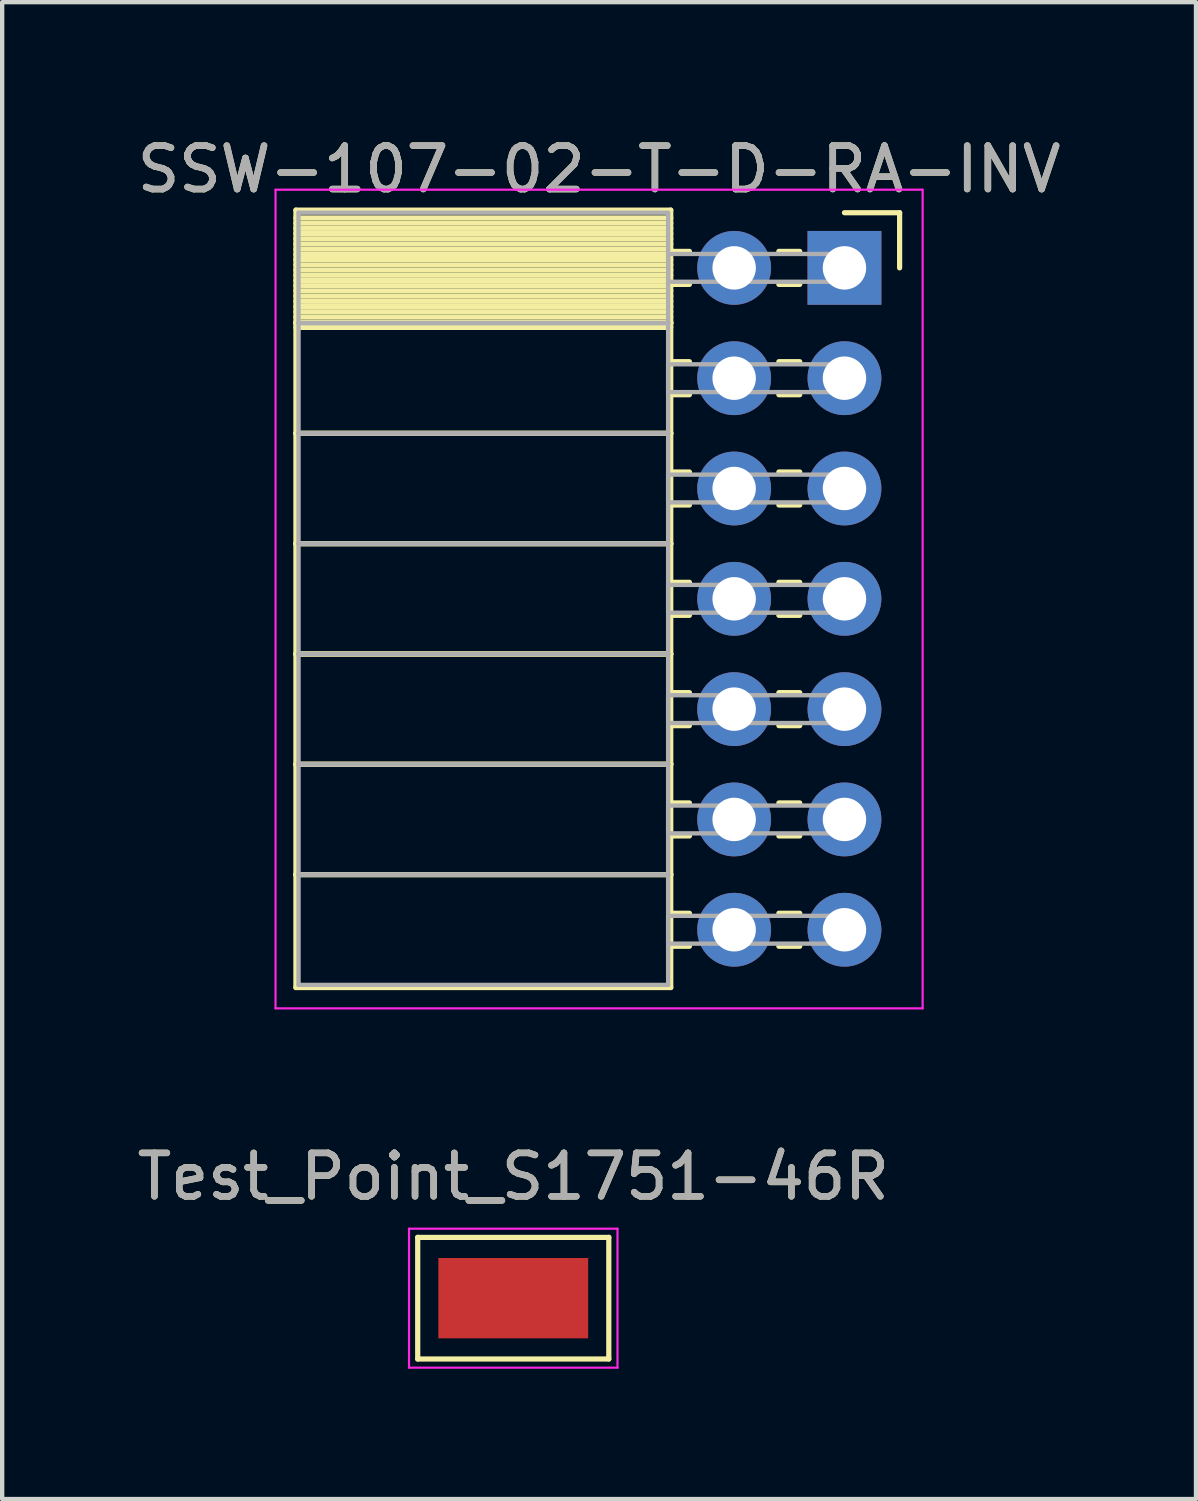
<source format=kicad_pcb>
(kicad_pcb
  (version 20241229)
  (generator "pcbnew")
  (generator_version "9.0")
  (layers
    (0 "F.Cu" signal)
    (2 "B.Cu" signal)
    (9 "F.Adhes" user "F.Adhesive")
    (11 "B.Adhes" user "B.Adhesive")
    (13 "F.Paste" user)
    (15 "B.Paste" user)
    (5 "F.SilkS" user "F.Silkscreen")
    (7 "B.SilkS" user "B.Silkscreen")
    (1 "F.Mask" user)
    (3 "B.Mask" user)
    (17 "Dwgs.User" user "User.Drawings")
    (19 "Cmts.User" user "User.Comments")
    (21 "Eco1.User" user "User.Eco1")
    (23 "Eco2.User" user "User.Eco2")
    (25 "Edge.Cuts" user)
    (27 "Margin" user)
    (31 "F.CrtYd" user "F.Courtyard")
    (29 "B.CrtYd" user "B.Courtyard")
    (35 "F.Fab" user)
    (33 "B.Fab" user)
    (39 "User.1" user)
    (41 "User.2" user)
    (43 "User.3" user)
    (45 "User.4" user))
  (footprint "SSW-107-02-T-D-RA-INV"
    (layer "F.Cu")
    (at 16.394 3.118)
    (property "Reference" "SSW-107-02-T-D-RA-INV" (at -5.65 -2.27 0) (layer "F.SilkS") (effects (font (size 1 1) (thickness 0.15))))
    (attr through_hole)
    (fp_line (start -12.63 -1.33) (end -4 -1.33) (stroke (width 0.12) (type solid)) (layer "F.SilkS"))
    (fp_line (start -12.63 1.27) (end -12.63 -1.33) (stroke (width 0.12) (type solid)) (layer "F.SilkS"))
    (fp_line (start -12.63 1.27) (end -4 1.27) (stroke (width 0.12) (type solid)) (layer "F.SilkS"))
    (fp_line (start -12.63 3.81) (end -12.63 1.27) (stroke (width 0.12) (type solid)) (layer "F.SilkS"))
    (fp_line (start -12.63 3.81) (end -4 3.81) (stroke (width 0.12) (type solid)) (layer "F.SilkS"))
    (fp_line (start -12.63 6.35) (end -12.63 3.81) (stroke (width 0.12) (type solid)) (layer "F.SilkS"))
    (fp_line (start -12.63 6.35) (end -4 6.35) (stroke (width 0.12) (type solid)) (layer "F.SilkS"))
    (fp_line (start -12.63 8.89) (end -12.63 6.35) (stroke (width 0.12) (type solid)) (layer "F.SilkS"))
    (fp_line (start -12.63 8.89) (end -4 8.89) (stroke (width 0.12) (type solid)) (layer "F.SilkS"))
    (fp_line (start -12.63 11.43) (end -12.63 8.89) (stroke (width 0.12) (type solid)) (layer "F.SilkS"))
    (fp_line (start -12.63 11.43) (end -4 11.43) (stroke (width 0.12) (type solid)) (layer "F.SilkS"))
    (fp_line (start -12.63 13.97) (end -12.63 11.43) (stroke (width 0.12) (type solid)) (layer "F.SilkS"))
    (fp_line (start -12.63 13.97) (end -4 13.97) (stroke (width 0.12) (type solid)) (layer "F.SilkS"))
    (fp_line (start -12.63 16.57) (end -12.63 13.97) (stroke (width 0.12) (type solid)) (layer "F.SilkS"))
    (fp_line (start -4 -1.33) (end -4 1.27) (stroke (width 0.12) (type solid)) (layer "F.SilkS"))
    (fp_line (start -4 -1.15) (end -12.63 -1.15) (stroke (width 0.12) (type solid)) (layer "F.SilkS"))
    (fp_line (start -4 -1.03) (end -12.63 -1.03) (stroke (width 0.12) (type solid)) (layer "F.SilkS"))
    (fp_line (start -4 -0.91) (end -12.63 -0.91) (stroke (width 0.12) (type solid)) (layer "F.SilkS"))
    (fp_line (start -4 -0.79) (end -12.63 -0.79) (stroke (width 0.12) (type solid)) (layer "F.SilkS"))
    (fp_line (start -4 -0.67) (end -12.63 -0.67) (stroke (width 0.12) (type solid)) (layer "F.SilkS"))
    (fp_line (start -4 -0.55) (end -12.63 -0.55) (stroke (width 0.12) (type solid)) (layer "F.SilkS"))
    (fp_line (start -4 -0.43) (end -12.63 -0.43) (stroke (width 0.12) (type solid)) (layer "F.SilkS"))
    (fp_line (start -4 -0.31) (end -12.63 -0.31) (stroke (width 0.12) (type solid)) (layer "F.SilkS"))
    (fp_line (start -4 -0.19) (end -12.63 -0.19) (stroke (width 0.12) (type solid)) (layer "F.SilkS"))
    (fp_line (start -4 -0.07) (end -12.63 -0.07) (stroke (width 0.12) (type solid)) (layer "F.SilkS"))
    (fp_line (start -4 0.05) (end -12.63 0.05) (stroke (width 0.12) (type solid)) (layer "F.SilkS"))
    (fp_line (start -4 0.17) (end -12.63 0.17) (stroke (width 0.12) (type solid)) (layer "F.SilkS"))
    (fp_line (start -4 0.29) (end -12.63 0.29) (stroke (width 0.12) (type solid)) (layer "F.SilkS"))
    (fp_line (start -4 0.41) (end -12.63 0.41) (stroke (width 0.12) (type solid)) (layer "F.SilkS"))
    (fp_line (start -4 0.53) (end -12.63 0.53) (stroke (width 0.12) (type solid)) (layer "F.SilkS"))
    (fp_line (start -4 0.65) (end -12.63 0.65) (stroke (width 0.12) (type solid)) (layer "F.SilkS"))
    (fp_line (start -4 0.77) (end -12.63 0.77) (stroke (width 0.12) (type solid)) (layer "F.SilkS"))
    (fp_line (start -4 0.89) (end -12.63 0.89) (stroke (width 0.12) (type solid)) (layer "F.SilkS"))
    (fp_line (start -4 1.01) (end -12.63 1.01) (stroke (width 0.12) (type solid)) (layer "F.SilkS"))
    (fp_line (start -4 1.13) (end -12.63 1.13) (stroke (width 0.12) (type solid)) (layer "F.SilkS"))
    (fp_line (start -4 1.25) (end -12.63 1.25) (stroke (width 0.12) (type solid)) (layer "F.SilkS"))
    (fp_line (start -4 1.27) (end -12.63 1.27) (stroke (width 0.12) (type solid)) (layer "F.SilkS"))
    (fp_line (start -4 1.27) (end -4 3.81) (stroke (width 0.12) (type solid)) (layer "F.SilkS"))
    (fp_line (start -4 1.37) (end -12.63 1.37) (stroke (width 0.12) (type solid)) (layer "F.SilkS"))
    (fp_line (start -4 3.81) (end -12.63 3.81) (stroke (width 0.12) (type solid)) (layer "F.SilkS"))
    (fp_line (start -4 3.81) (end -4 6.35) (stroke (width 0.12) (type solid)) (layer "F.SilkS"))
    (fp_line (start -4 6.35) (end -12.63 6.35) (stroke (width 0.12) (type solid)) (layer "F.SilkS"))
    (fp_line (start -4 6.35) (end -4 8.89) (stroke (width 0.12) (type solid)) (layer "F.SilkS"))
    (fp_line (start -4 8.89) (end -12.63 8.89) (stroke (width 0.12) (type solid)) (layer "F.SilkS"))
    (fp_line (start -4 8.89) (end -4 11.43) (stroke (width 0.12) (type solid)) (layer "F.SilkS"))
    (fp_line (start -4 11.43) (end -12.63 11.43) (stroke (width 0.12) (type solid)) (layer "F.SilkS"))
    (fp_line (start -4 11.43) (end -4 13.97) (stroke (width 0.12) (type solid)) (layer "F.SilkS"))
    (fp_line (start -4 13.97) (end -12.63 13.97) (stroke (width 0.12) (type solid)) (layer "F.SilkS"))
    (fp_line (start -4 13.97) (end -4 16.57) (stroke (width 0.12) (type solid)) (layer "F.SilkS"))
    (fp_line (start -4 16.57) (end -12.63 16.57) (stroke (width 0.12) (type solid)) (layer "F.SilkS"))
    (fp_line (start -3.57 -0.38) (end -4 -0.38) (stroke (width 0.12) (type solid)) (layer "F.SilkS"))
    (fp_line (start -3.57 0.38) (end -4 0.38) (stroke (width 0.12) (type solid)) (layer "F.SilkS"))
    (fp_line (start -3.57 2.16) (end -4 2.16) (stroke (width 0.12) (type solid)) (layer "F.SilkS"))
    (fp_line (start -3.57 2.92) (end -4 2.92) (stroke (width 0.12) (type solid)) (layer "F.SilkS"))
    (fp_line (start -3.57 4.7) (end -4 4.7) (stroke (width 0.12) (type solid)) (layer "F.SilkS"))
    (fp_line (start -3.57 5.46) (end -4 5.46) (stroke (width 0.12) (type solid)) (layer "F.SilkS"))
    (fp_line (start -3.57 7.24) (end -4 7.24) (stroke (width 0.12) (type solid)) (layer "F.SilkS"))
    (fp_line (start -3.57 8) (end -4 8) (stroke (width 0.12) (type solid)) (layer "F.SilkS"))
    (fp_line (start -3.57 9.78) (end -4 9.78) (stroke (width 0.12) (type solid)) (layer "F.SilkS"))
    (fp_line (start -3.57 10.54) (end -4 10.54) (stroke (width 0.12) (type solid)) (layer "F.SilkS"))
    (fp_line (start -3.57 12.32) (end -4 12.32) (stroke (width 0.12) (type solid)) (layer "F.SilkS"))
    (fp_line (start -3.57 13.08) (end -4 13.08) (stroke (width 0.12) (type solid)) (layer "F.SilkS"))
    (fp_line (start -3.57 14.86) (end -4 14.86) (stroke (width 0.12) (type solid)) (layer "F.SilkS"))
    (fp_line (start -3.57 15.62) (end -4 15.62) (stroke (width 0.12) (type solid)) (layer "F.SilkS"))
    (fp_line (start -1.03 -0.38) (end -1.51 -0.38) (stroke (width 0.12) (type solid)) (layer "F.SilkS"))
    (fp_line (start -1.03 0.38) (end -1.51 0.38) (stroke (width 0.12) (type solid)) (layer "F.SilkS"))
    (fp_line (start -1.03 2.16) (end -1.51 2.16) (stroke (width 0.12) (type solid)) (layer "F.SilkS"))
    (fp_line (start -1.03 2.92) (end -1.51 2.92) (stroke (width 0.12) (type solid)) (layer "F.SilkS"))
    (fp_line (start -1.03 4.7) (end -1.51 4.7) (stroke (width 0.12) (type solid)) (layer "F.SilkS"))
    (fp_line (start -1.03 5.46) (end -1.51 5.46) (stroke (width 0.12) (type solid)) (layer "F.SilkS"))
    (fp_line (start -1.03 7.24) (end -1.51 7.24) (stroke (width 0.12) (type solid)) (layer "F.SilkS"))
    (fp_line (start -1.03 8) (end -1.51 8) (stroke (width 0.12) (type solid)) (layer "F.SilkS"))
    (fp_line (start -1.03 9.78) (end -1.51 9.78) (stroke (width 0.12) (type solid)) (layer "F.SilkS"))
    (fp_line (start -1.03 10.54) (end -1.51 10.54) (stroke (width 0.12) (type solid)) (layer "F.SilkS"))
    (fp_line (start -1.03 12.32) (end -1.51 12.32) (stroke (width 0.12) (type solid)) (layer "F.SilkS"))
    (fp_line (start -1.03 13.08) (end -1.51 13.08) (stroke (width 0.12) (type solid)) (layer "F.SilkS"))
    (fp_line (start -1.03 14.86) (end -1.51 14.86) (stroke (width 0.12) (type solid)) (layer "F.SilkS"))
    (fp_line (start -1.03 15.62) (end -1.51 15.62) (stroke (width 0.12) (type solid)) (layer "F.SilkS"))
    (fp_line (start 0 -1.27) (end 1.27 -1.27) (stroke (width 0.12) (type solid)) (layer "F.SilkS"))
    (fp_line (start 1.27 -1.27) (end 1.27 0) (stroke (width 0.12) (type solid)) (layer "F.SilkS"))
    (fp_line (start -13.1 -1.8) (end 1.8 -1.8) (stroke (width 0.05) (type solid)) (layer "F.CrtYd"))
    (fp_line (start -13.1 17.05) (end -13.1 -1.8) (stroke (width 0.05) (type solid)) (layer "F.CrtYd"))
    (fp_line (start 1.8 -1.8) (end 1.8 17.05) (stroke (width 0.05) (type solid)) (layer "F.CrtYd"))
    (fp_line (start 1.8 17.05) (end -13.1 17.05) (stroke (width 0.05) (type solid)) (layer "F.CrtYd"))
    (fp_line (start -12.57 -1.27) (end -4.06 -1.27) (stroke (width 0.1) (type solid)) (layer "F.Fab"))
    (fp_line (start -12.57 1.27) (end -12.57 -1.27) (stroke (width 0.1) (type solid)) (layer "F.Fab"))
    (fp_line (start -12.57 1.27) (end -4.06 1.27) (stroke (width 0.1) (type solid)) (layer "F.Fab"))
    (fp_line (start -12.57 3.81) (end -12.57 1.27) (stroke (width 0.1) (type solid)) (layer "F.Fab"))
    (fp_line (start -12.57 3.81) (end -4.06 3.81) (stroke (width 0.1) (type solid)) (layer "F.Fab"))
    (fp_line (start -12.57 6.35) (end -12.57 3.81) (stroke (width 0.1) (type solid)) (layer "F.Fab"))
    (fp_line (start -12.57 6.35) (end -4.06 6.35) (stroke (width 0.1) (type solid)) (layer "F.Fab"))
    (fp_line (start -12.57 8.89) (end -12.57 6.35) (stroke (width 0.1) (type solid)) (layer "F.Fab"))
    (fp_line (start -12.57 8.89) (end -4.06 8.89) (stroke (width 0.1) (type solid)) (layer "F.Fab"))
    (fp_line (start -12.57 11.43) (end -12.57 8.89) (stroke (width 0.1) (type solid)) (layer "F.Fab"))
    (fp_line (start -12.57 11.43) (end -4.06 11.43) (stroke (width 0.1) (type solid)) (layer "F.Fab"))
    (fp_line (start -12.57 13.97) (end -12.57 11.43) (stroke (width 0.1) (type solid)) (layer "F.Fab"))
    (fp_line (start -12.57 13.97) (end -4.06 13.97) (stroke (width 0.1) (type solid)) (layer "F.Fab"))
    (fp_line (start -12.57 16.51) (end -12.57 13.97) (stroke (width 0.1) (type solid)) (layer "F.Fab"))
    (fp_line (start -4.06 -1.27) (end -4.06 1.27) (stroke (width 0.1) (type solid)) (layer "F.Fab"))
    (fp_line (start -4.06 -0.32) (end 0 -0.32) (stroke (width 0.1) (type solid)) (layer "F.Fab"))
    (fp_line (start -4.06 0.32) (end -4.06 -0.32) (stroke (width 0.1) (type solid)) (layer "F.Fab"))
    (fp_line (start -4.06 1.27) (end -12.57 1.27) (stroke (width 0.1) (type solid)) (layer "F.Fab"))
    (fp_line (start -4.06 1.27) (end -4.06 3.81) (stroke (width 0.1) (type solid)) (layer "F.Fab"))
    (fp_line (start -4.06 2.22) (end 0 2.22) (stroke (width 0.1) (type solid)) (layer "F.Fab"))
    (fp_line (start -4.06 2.86) (end -4.06 2.22) (stroke (width 0.1) (type solid)) (layer "F.Fab"))
    (fp_line (start -4.06 3.81) (end -12.57 3.81) (stroke (width 0.1) (type solid)) (layer "F.Fab"))
    (fp_line (start -4.06 3.81) (end -4.06 6.35) (stroke (width 0.1) (type solid)) (layer "F.Fab"))
    (fp_line (start -4.06 4.76) (end 0 4.76) (stroke (width 0.1) (type solid)) (layer "F.Fab"))
    (fp_line (start -4.06 5.4) (end -4.06 4.76) (stroke (width 0.1) (type solid)) (layer "F.Fab"))
    (fp_line (start -4.06 6.35) (end -12.57 6.35) (stroke (width 0.1) (type solid)) (layer "F.Fab"))
    (fp_line (start -4.06 6.35) (end -4.06 8.89) (stroke (width 0.1) (type solid)) (layer "F.Fab"))
    (fp_line (start -4.06 7.3) (end 0 7.3) (stroke (width 0.1) (type solid)) (layer "F.Fab"))
    (fp_line (start -4.06 7.94) (end -4.06 7.3) (stroke (width 0.1) (type solid)) (layer "F.Fab"))
    (fp_line (start -4.06 8.89) (end -12.57 8.89) (stroke (width 0.1) (type solid)) (layer "F.Fab"))
    (fp_line (start -4.06 8.89) (end -4.06 11.43) (stroke (width 0.1) (type solid)) (layer "F.Fab"))
    (fp_line (start -4.06 9.84) (end 0 9.84) (stroke (width 0.1) (type solid)) (layer "F.Fab"))
    (fp_line (start -4.06 10.48) (end -4.06 9.84) (stroke (width 0.1) (type solid)) (layer "F.Fab"))
    (fp_line (start -4.06 11.43) (end -12.57 11.43) (stroke (width 0.1) (type solid)) (layer "F.Fab"))
    (fp_line (start -4.06 11.43) (end -4.06 13.97) (stroke (width 0.1) (type solid)) (layer "F.Fab"))
    (fp_line (start -4.06 12.38) (end 0 12.38) (stroke (width 0.1) (type solid)) (layer "F.Fab"))
    (fp_line (start -4.06 13.02) (end -4.06 12.38) (stroke (width 0.1) (type solid)) (layer "F.Fab"))
    (fp_line (start -4.06 13.97) (end -12.57 13.97) (stroke (width 0.1) (type solid)) (layer "F.Fab"))
    (fp_line (start -4.06 13.97) (end -4.06 16.51) (stroke (width 0.1) (type solid)) (layer "F.Fab"))
    (fp_line (start -4.06 14.92) (end 0 14.92) (stroke (width 0.1) (type solid)) (layer "F.Fab"))
    (fp_line (start -4.06 15.56) (end -4.06 14.92) (stroke (width 0.1) (type solid)) (layer "F.Fab"))
    (fp_line (start -4.06 16.51) (end -12.57 16.51) (stroke (width 0.1) (type solid)) (layer "F.Fab"))
    (fp_line (start 0 -0.32) (end 0 0.32) (stroke (width 0.1) (type solid)) (layer "F.Fab"))
    (fp_line (start 0 0.32) (end -4.06 0.32) (stroke (width 0.1) (type solid)) (layer "F.Fab"))
    (fp_line (start 0 2.22) (end 0 2.86) (stroke (width 0.1) (type solid)) (layer "F.Fab"))
    (fp_line (start 0 2.86) (end -4.06 2.86) (stroke (width 0.1) (type solid)) (layer "F.Fab"))
    (fp_line (start 0 4.76) (end 0 5.4) (stroke (width 0.1) (type solid)) (layer "F.Fab"))
    (fp_line (start 0 5.4) (end -4.06 5.4) (stroke (width 0.1) (type solid)) (layer "F.Fab"))
    (fp_line (start 0 7.3) (end 0 7.94) (stroke (width 0.1) (type solid)) (layer "F.Fab"))
    (fp_line (start 0 7.94) (end -4.06 7.94) (stroke (width 0.1) (type solid)) (layer "F.Fab"))
    (fp_line (start 0 9.84) (end 0 10.48) (stroke (width 0.1) (type solid)) (layer "F.Fab"))
    (fp_line (start 0 10.48) (end -4.06 10.48) (stroke (width 0.1) (type solid)) (layer "F.Fab"))
    (fp_line (start 0 12.38) (end 0 13.02) (stroke (width 0.1) (type solid)) (layer "F.Fab"))
    (fp_line (start 0 13.02) (end -4.06 13.02) (stroke (width 0.1) (type solid)) (layer "F.Fab"))
    (fp_line (start 0 14.92) (end 0 15.56) (stroke (width 0.1) (type solid)) (layer "F.Fab"))
    (fp_line (start 0 15.56) (end -4.06 15.56) (stroke (width 0.1) (type solid)) (layer "F.Fab"))
    (fp_text user "${REFERENCE}" (at -5.65 -2.27 0) (layer "F.Fab") (effects (font (size 1 1) (thickness 0.15))))
    (pad "1" thru_hole rect (at 0 0) (size 1.7 1.7) (drill 1) (layers "*.Cu" "*.Mask"))
    (pad "2" thru_hole oval (at -2.54 0) (size 1.7 1.7) (drill 1) (layers "*.Cu" "*.Mask"))
    (pad "3" thru_hole oval (at 0 2.54) (size 1.7 1.7) (drill 1) (layers "*.Cu" "*.Mask"))
    (pad "4" thru_hole oval (at -2.54 2.54) (size 1.7 1.7) (drill 1) (layers "*.Cu" "*.Mask"))
    (pad "5" thru_hole oval (at 0 5.08) (size 1.7 1.7) (drill 1) (layers "*.Cu" "*.Mask"))
    (pad "6" thru_hole oval (at -2.54 5.08) (size 1.7 1.7) (drill 1) (layers "*.Cu" "*.Mask"))
    (pad "7" thru_hole oval (at 0 7.62) (size 1.7 1.7) (drill 1) (layers "*.Cu" "*.Mask"))
    (pad "8" thru_hole oval (at -2.54 7.62) (size 1.7 1.7) (drill 1) (layers "*.Cu" "*.Mask"))
    (pad "9" thru_hole oval (at 0 10.16) (size 1.7 1.7) (drill 1) (layers "*.Cu" "*.Mask"))
    (pad "10" thru_hole oval (at -2.54 10.16) (size 1.7 1.7) (drill 1) (layers "*.Cu" "*.Mask"))
    (pad "11" thru_hole oval (at 0 12.7) (size 1.7 1.7) (drill 1) (layers "*.Cu" "*.Mask"))
    (pad "12" thru_hole oval (at -2.54 12.7) (size 1.7 1.7) (drill 1) (layers "*.Cu" "*.Mask"))
    (pad "13" thru_hole oval (at 0 15.24) (size 1.7 1.7) (drill 1) (layers "*.Cu" "*.Mask"))
    (pad "14" thru_hole oval (at -2.54 15.24) (size 1.7 1.7) (drill 1) (layers "*.Cu" "*.Mask")))
  (footprint "Test_Point_S1751-46R"
    (layer "F.Cu")
    (at 8.768 26.841)
    (property "Reference" "Test_Point_S1751-46R" (at 0 -2.8 0) (layer "F.SilkS") (effects (font (size 1 1) (thickness 0.15))))
    (attr exclude_from_pos_files exclude_from_bom)
    (fp_line (start -2.2 -1.4) (end 2.2 -1.4) (stroke (width 0.12) (type solid)) (layer "F.SilkS"))
    (fp_line (start -2.2 1.4) (end -2.2 -1.4) (stroke (width 0.12) (type solid)) (layer "F.SilkS"))
    (fp_line (start 2.2 -1.4) (end 2.2 1.4) (stroke (width 0.12) (type solid)) (layer "F.SilkS"))
    (fp_line (start 2.2 1.4) (end -2.2 1.4) (stroke (width 0.12) (type solid)) (layer "F.SilkS"))
    (fp_line (start -2.4 -1.6) (end -2.4 1.6) (stroke (width 0.05) (type solid)) (layer "F.CrtYd"))
    (fp_line (start -2.4 -1.6) (end 2.4 -1.6) (stroke (width 0.05) (type solid)) (layer "F.CrtYd"))
    (fp_line (start 2.4 1.6) (end -2.4 1.6) (stroke (width 0.05) (type solid)) (layer "F.CrtYd"))
    (fp_line (start 2.4 1.6) (end 2.4 -1.6) (stroke (width 0.05) (type solid)) (layer "F.CrtYd"))
    (fp_text user "${REFERENCE}" (at 0 -2.8 0) (layer "F.Fab") (effects (font (size 1 1) (thickness 0.15))))
    (pad "1" smd rect (at 0 0) (size 3.45 1.85) (layers "F.Cu" "F.Mask")))
  (gr_rect
    (start -3 -3)
    (end 24.488 31.466)
    (stroke (width 0.1) (type default))
    (fill no)
    (layer "Edge.Cuts")))
</source>
